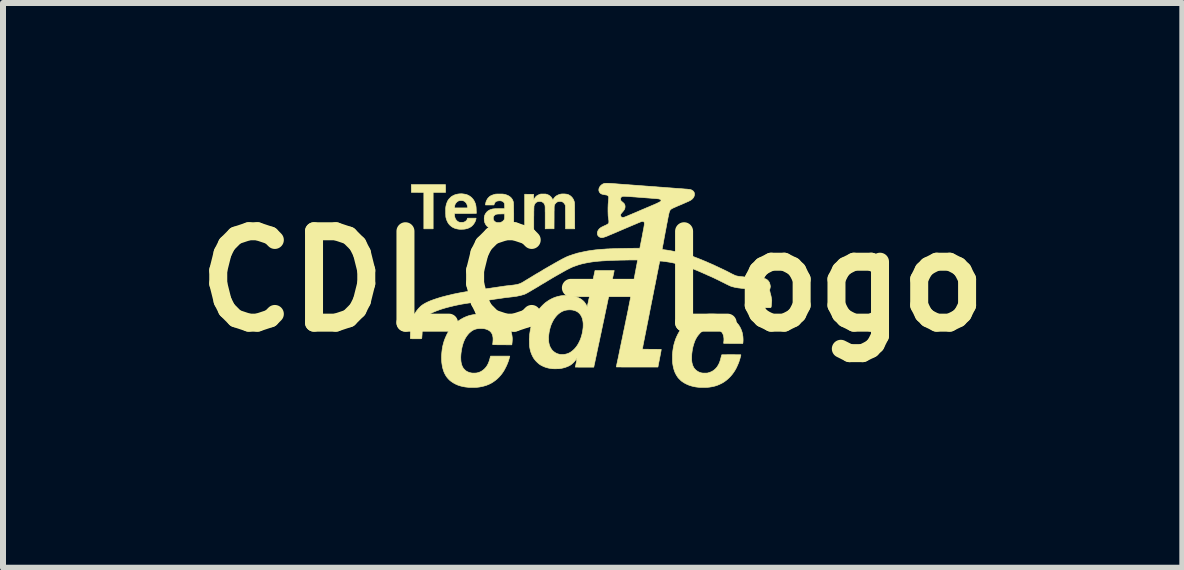
<source format=kicad_pcb>
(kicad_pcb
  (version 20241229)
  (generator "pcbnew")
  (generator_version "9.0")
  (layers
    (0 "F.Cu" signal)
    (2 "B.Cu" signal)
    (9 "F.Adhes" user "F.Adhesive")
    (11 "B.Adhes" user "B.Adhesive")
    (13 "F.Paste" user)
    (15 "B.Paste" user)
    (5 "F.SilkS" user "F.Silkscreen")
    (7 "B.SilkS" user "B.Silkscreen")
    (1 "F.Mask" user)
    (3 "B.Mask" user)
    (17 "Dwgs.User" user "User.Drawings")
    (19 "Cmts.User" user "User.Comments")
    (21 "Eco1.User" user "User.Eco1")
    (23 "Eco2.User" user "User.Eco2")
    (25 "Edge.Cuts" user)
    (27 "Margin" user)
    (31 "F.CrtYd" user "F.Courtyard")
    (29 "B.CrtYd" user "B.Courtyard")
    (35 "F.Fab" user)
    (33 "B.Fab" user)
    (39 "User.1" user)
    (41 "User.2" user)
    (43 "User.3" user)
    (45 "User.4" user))
  (footprint "CDLC-Logo"
    (layer "F.Cu")
    (at 6.829 1.639)
    (property "Reference" "CDLC-Logo" (at 0 0 180) (layer "F.SilkS") (effects (font (size 1.524 1.524) (thickness 0.3))))
    (attr through_hole)
    (fp_poly (pts (xy -2.453 -1.599) (xy -2.453 -1.594) (xy -2.453 -1.586) (xy -2.452 -1.576) (xy -2.452 -1.564) (xy -2.452 -1.551) (xy -2.452 -1.538) (xy -2.452 -1.534) (xy -2.452 -1.482) (xy -2.659 -1.482) (xy -2.659 -0.875) (xy -2.814 -0.875) (xy -2.814 -1.482) (xy -3.022 -1.483) (xy -3.022 -1.547) (xy -3.023 -1.612) (xy -2.454 -1.612) (xy -2.453 -1.599)) (stroke (width 0.01) (type solid)) (fill yes) (layer "F.SilkS"))
    (fp_poly (pts (xy -2.172 -1.458) (xy -2.142 -1.454) (xy -2.115 -1.449) (xy -2.09 -1.441) (xy -2.068 -1.431) (xy -2.047 -1.418) (xy -2.027 -1.403) (xy -2.015 -1.392) (xy -1.996 -1.371) (xy -1.98 -1.348) (xy -1.967 -1.323) (xy -1.956 -1.296) (xy -1.948 -1.268) (xy -1.944 -1.243) (xy -1.944 -1.238) (xy -1.943 -1.231) (xy -1.942 -1.221) (xy -1.942 -1.209) (xy -1.941 -1.196) (xy -1.941 -1.183) (xy -1.94 -1.169) (xy -1.94 -1.156) (xy -1.939 -1.144) (xy -1.939 -1.133) (xy -1.939 -1.132) (xy -1.941 -1.132) (xy -1.945 -1.132) (xy -1.953 -1.132) (xy -1.964 -1.132) (xy -1.977 -1.132) (xy -1.992 -1.132) (xy -2.009 -1.131) (xy -2.029 -1.131) (xy -2.049 -1.131) (xy -2.072 -1.131) (xy -2.095 -1.131) (xy -2.12 -1.131) (xy -2.303 -1.131) (xy -2.303 -1.113) (xy -2.302 -1.091) (xy -2.298 -1.07) (xy -2.292 -1.052) (xy -2.284 -1.035) (xy -2.281 -1.031) (xy -2.269 -1.015) (xy -2.255 -1.002) (xy -2.24 -0.992) (xy -2.227 -0.987) (xy -2.222 -0.985) (xy -2.218 -0.984) (xy -2.213 -0.984) (xy -2.207 -0.983) (xy -2.2 -0.983) (xy -2.189 -0.983) (xy -2.186 -0.983) (xy -2.175 -0.983) (xy -2.167 -0.983) (xy -2.161 -0.983) (xy -2.156 -0.984) (xy -2.152 -0.985) (xy -2.148 -0.986) (xy -2.144 -0.987) (xy -2.128 -0.995) (xy -2.114 -1.004) (xy -2.103 -1.015) (xy -2.094 -1.028) (xy -2.088 -1.041) (xy -2.088 -1.044) (xy -2.086 -1.052) (xy -1.943 -1.052) (xy -1.945 -1.042) (xy -1.948 -1.026) (xy -1.954 -1.008) (xy -1.962 -0.99) (xy -1.972 -0.972) (xy -1.984 -0.954) (xy -1.997 -0.938) (xy -2.011 -0.924) (xy -2.015 -0.92) (xy -2.034 -0.906) (xy -2.056 -0.894) (xy -2.08 -0.883) (xy -2.105 -0.876) (xy -2.133 -0.87) (xy -2.138 -0.87) (xy -2.146 -0.869) (xy -2.156 -0.868) (xy -2.168 -0.868) (xy -2.18 -0.867) (xy -2.193 -0.867) (xy -2.205 -0.867) (xy -2.215 -0.867) (xy -2.223 -0.868) (xy -2.226 -0.868) (xy -2.252 -0.872) (xy -2.276 -0.877) (xy -2.298 -0.884) (xy -2.319 -0.893) (xy -2.324 -0.895) (xy -2.347 -0.909) (xy -2.368 -0.925) (xy -2.387 -0.943) (xy -2.404 -0.964) (xy -2.418 -0.988) (xy -2.43 -1.014) (xy -2.44 -1.043) (xy -2.446 -1.065) (xy -2.447 -1.071) (xy -2.448 -1.079) (xy -2.448 -1.089) (xy -2.449 -1.102) (xy -2.449 -1.116) (xy -2.45 -1.131) (xy -2.45 -1.147) (xy -2.45 -1.162) (xy -2.45 -1.178) (xy -2.45 -1.193) (xy -2.45 -1.206) (xy -2.45 -1.218) (xy -2.449 -1.223) (xy -2.303 -1.223) (xy -2.084 -1.223) (xy -2.085 -1.237) (xy -2.088 -1.257) (xy -2.094 -1.277) (xy -2.102 -1.295) (xy -2.108 -1.305) (xy -2.114 -1.312) (xy -2.121 -1.319) (xy -2.129 -1.326) (xy -2.136 -1.332) (xy -2.136 -1.332) (xy -2.145 -1.337) (xy -2.154 -1.341) (xy -2.163 -1.343) (xy -2.174 -1.345) (xy -2.187 -1.346) (xy -2.204 -1.346) (xy -2.219 -1.344) (xy -2.232 -1.341) (xy -2.244 -1.336) (xy -2.255 -1.329) (xy -2.266 -1.319) (xy -2.268 -1.317) (xy -2.281 -1.302) (xy -2.291 -1.287) (xy -2.297 -1.27) (xy -2.301 -1.252) (xy -2.303 -1.24) (xy -2.303 -1.223) (xy -2.449 -1.223) (xy -2.449 -1.228) (xy -2.449 -1.233) (xy -2.445 -1.256) (xy -2.44 -1.279) (xy -2.432 -1.303) (xy -2.423 -1.325) (xy -2.413 -1.346) (xy -2.401 -1.364) (xy -2.4 -1.365) (xy -2.394 -1.373) (xy -2.385 -1.382) (xy -2.376 -1.391) (xy -2.367 -1.401) (xy -2.357 -1.409) (xy -2.349 -1.415) (xy -2.348 -1.416) (xy -2.324 -1.429) (xy -2.299 -1.441) (xy -2.272 -1.449) (xy -2.244 -1.455) (xy -2.215 -1.458) (xy -2.186 -1.459) (xy -2.172 -1.458)) (stroke (width 0.01) (type solid)) (fill yes) (layer "F.SilkS"))
    (fp_poly (pts (xy -0.469 -1.456) (xy -0.45 -1.454) (xy -0.433 -1.452) (xy -0.417 -1.448) (xy -0.403 -1.443) (xy -0.39 -1.436) (xy -0.384 -1.433) (xy -0.366 -1.42) (xy -0.35 -1.405) (xy -0.335 -1.387) (xy -0.323 -1.368) (xy -0.313 -1.346) (xy -0.306 -1.324) (xy -0.303 -1.31) (xy -0.303 -1.306) (xy -0.302 -1.3) (xy -0.302 -1.291) (xy -0.302 -1.279) (xy -0.301 -1.264) (xy -0.301 -1.246) (xy -0.301 -1.225) (xy -0.301 -1.201) (xy -0.301 -1.173) (xy -0.3 -1.143) (xy -0.3 -1.109) (xy -0.3 -1.087) (xy -0.299 -0.875) (xy -0.452 -0.875) (xy -0.453 -1.069) (xy -0.454 -1.262) (xy -0.461 -1.278) (xy -0.467 -1.289) (xy -0.474 -1.298) (xy -0.48 -1.305) (xy -0.49 -1.315) (xy -0.501 -1.322) (xy -0.513 -1.327) (xy -0.526 -1.33) (xy -0.542 -1.331) (xy -0.546 -1.331) (xy -0.564 -1.33) (xy -0.579 -1.327) (xy -0.593 -1.321) (xy -0.605 -1.313) (xy -0.613 -1.305) (xy -0.623 -1.294) (xy -0.632 -1.28) (xy -0.638 -1.266) (xy -0.64 -1.256) (xy -0.641 -1.254) (xy -0.641 -1.248) (xy -0.641 -1.241) (xy -0.642 -1.23) (xy -0.642 -1.218) (xy -0.642 -1.202) (xy -0.642 -1.183) (xy -0.643 -1.162) (xy -0.643 -1.138) (xy -0.643 -1.11) (xy -0.643 -1.079) (xy -0.643 -1.062) (xy -0.644 -0.876) (xy -0.717 -0.876) (xy -0.791 -0.875) (xy -0.791 -1.066) (xy -0.791 -1.095) (xy -0.791 -1.122) (xy -0.791 -1.145) (xy -0.792 -1.166) (xy -0.792 -1.184) (xy -0.792 -1.2) (xy -0.792 -1.213) (xy -0.792 -1.225) (xy -0.792 -1.235) (xy -0.793 -1.243) (xy -0.793 -1.25) (xy -0.794 -1.255) (xy -0.794 -1.26) (xy -0.795 -1.264) (xy -0.796 -1.267) (xy -0.797 -1.27) (xy -0.798 -1.272) (xy -0.799 -1.275) (xy -0.8 -1.278) (xy -0.801 -1.279) (xy -0.809 -1.295) (xy -0.819 -1.307) (xy -0.832 -1.317) (xy -0.847 -1.325) (xy -0.86 -1.329) (xy -0.871 -1.33) (xy -0.883 -1.331) (xy -0.896 -1.33) (xy -0.909 -1.329) (xy -0.919 -1.326) (xy -0.919 -1.326) (xy -0.935 -1.319) (xy -0.948 -1.309) (xy -0.959 -1.297) (xy -0.968 -1.282) (xy -0.975 -1.264) (xy -0.976 -1.261) (xy -0.977 -1.259) (xy -0.978 -1.255) (xy -0.978 -1.252) (xy -0.978 -1.247) (xy -0.979 -1.241) (xy -0.979 -1.234) (xy -0.979 -1.225) (xy -0.98 -1.213) (xy -0.98 -1.199) (xy -0.98 -1.183) (xy -0.981 -1.164) (xy -0.981 -1.144) (xy -0.981 -1.122) (xy -0.981 -1.098) (xy -0.982 -1.073) (xy -0.982 -1.047) (xy -0.982 -1.022) (xy -0.982 -0.998) (xy -0.982 -0.976) (xy -0.982 -0.976) (xy -0.982 -0.875) (xy -1.133 -0.875) (xy -1.133 -1.451) (xy -0.985 -1.45) (xy -0.984 -1.409) (xy -0.984 -1.397) (xy -0.984 -1.387) (xy -0.983 -1.378) (xy -0.983 -1.371) (xy -0.983 -1.367) (xy -0.982 -1.366) (xy -0.98 -1.365) (xy -0.978 -1.367) (xy -0.975 -1.371) (xy -0.971 -1.377) (xy -0.968 -1.383) (xy -0.957 -1.399) (xy -0.945 -1.413) (xy -0.931 -1.425) (xy -0.913 -1.436) (xy -0.893 -1.445) (xy -0.88 -1.45) (xy -0.864 -1.455) (xy -0.825 -1.455) (xy -0.811 -1.455) (xy -0.801 -1.455) (xy -0.792 -1.455) (xy -0.786 -1.455) (xy -0.781 -1.454) (xy -0.776 -1.453) (xy -0.774 -1.452) (xy -0.751 -1.445) (xy -0.732 -1.436) (xy -0.715 -1.425) (xy -0.7 -1.412) (xy -0.687 -1.397) (xy -0.676 -1.379) (xy -0.673 -1.372) (xy -0.669 -1.366) (xy -0.666 -1.361) (xy -0.663 -1.36) (xy -0.66 -1.362) (xy -0.657 -1.366) (xy -0.652 -1.374) (xy -0.651 -1.375) (xy -0.639 -1.392) (xy -0.625 -1.408) (xy -0.609 -1.421) (xy -0.591 -1.432) (xy -0.57 -1.442) (xy -0.555 -1.447) (xy -0.543 -1.451) (xy -0.533 -1.453) (xy -0.522 -1.455) (xy -0.51 -1.456) (xy -0.496 -1.456) (xy -0.491 -1.456) (xy -0.469 -1.456)) (stroke (width 0.01) (type solid)) (fill yes) (layer "F.SilkS"))
    (fp_poly (pts (xy -1.553 -1.455) (xy -1.551 -1.455) (xy -1.536 -1.455) (xy -1.523 -1.455) (xy -1.514 -1.455) (xy -1.506 -1.455) (xy -1.499 -1.454) (xy -1.494 -1.454) (xy -1.489 -1.453) (xy -1.484 -1.452) (xy -1.478 -1.451) (xy -1.476 -1.451) (xy -1.451 -1.445) (xy -1.429 -1.437) (xy -1.41 -1.429) (xy -1.393 -1.419) (xy -1.377 -1.408) (xy -1.362 -1.395) (xy -1.362 -1.395) (xy -1.348 -1.378) (xy -1.336 -1.359) (xy -1.327 -1.338) (xy -1.322 -1.319) (xy -1.321 -1.314) (xy -1.32 -1.306) (xy -1.32 -1.294) (xy -1.319 -1.28) (xy -1.318 -1.262) (xy -1.318 -1.242) (xy -1.318 -1.219) (xy -1.317 -1.193) (xy -1.317 -1.165) (xy -1.316 -1.135) (xy -1.316 -1.102) (xy -1.316 -1.066) (xy -1.316 -1.029) (xy -1.316 -0.993) (xy -1.316 -0.875) (xy -1.459 -0.875) (xy -1.46 -0.91) (xy -1.46 -0.924) (xy -1.461 -0.935) (xy -1.461 -0.942) (xy -1.462 -0.946) (xy -1.462 -0.947) (xy -1.464 -0.947) (xy -1.466 -0.945) (xy -1.47 -0.941) (xy -1.473 -0.936) (xy -1.486 -0.92) (xy -1.502 -0.905) (xy -1.52 -0.893) (xy -1.54 -0.883) (xy -1.561 -0.875) (xy -1.581 -0.871) (xy -1.591 -0.87) (xy -1.604 -0.869) (xy -1.618 -0.869) (xy -1.632 -0.869) (xy -1.646 -0.87) (xy -1.658 -0.871) (xy -1.662 -0.871) (xy -1.682 -0.876) (xy -1.702 -0.883) (xy -1.722 -0.892) (xy -1.74 -0.902) (xy -1.749 -0.909) (xy -1.766 -0.924) (xy -1.779 -0.941) (xy -1.79 -0.96) (xy -1.799 -0.981) (xy -1.804 -1.001) (xy -1.806 -1.012) (xy -1.807 -1.025) (xy -1.807 -1.04) (xy -1.807 -1.053) (xy -1.657 -1.053) (xy -1.656 -1.039) (xy -1.652 -1.024) (xy -1.649 -1.018) (xy -1.642 -1.007) (xy -1.632 -0.997) (xy -1.62 -0.989) (xy -1.605 -0.982) (xy -1.596 -0.979) (xy -1.589 -0.978) (xy -1.579 -0.978) (xy -1.568 -0.978) (xy -1.557 -0.978) (xy -1.546 -0.979) (xy -1.538 -0.981) (xy -1.534 -0.982) (xy -1.518 -0.989) (xy -1.504 -0.997) (xy -1.492 -1.007) (xy -1.491 -1.008) (xy -1.483 -1.017) (xy -1.477 -1.025) (xy -1.473 -1.032) (xy -1.47 -1.041) (xy -1.469 -1.052) (xy -1.468 -1.063) (xy -1.467 -1.073) (xy -1.467 -1.085) (xy -1.467 -1.097) (xy -1.467 -1.104) (xy -1.466 -1.124) (xy -1.479 -1.124) (xy -1.484 -1.124) (xy -1.491 -1.124) (xy -1.501 -1.124) (xy -1.513 -1.124) (xy -1.526 -1.123) (xy -1.539 -1.123) (xy -1.543 -1.123) (xy -1.558 -1.122) (xy -1.57 -1.122) (xy -1.579 -1.121) (xy -1.587 -1.121) (xy -1.593 -1.12) (xy -1.597 -1.12) (xy -1.601 -1.119) (xy -1.605 -1.118) (xy -1.605 -1.118) (xy -1.621 -1.111) (xy -1.633 -1.103) (xy -1.643 -1.093) (xy -1.651 -1.081) (xy -1.656 -1.068) (xy -1.657 -1.053) (xy -1.807 -1.053) (xy -1.807 -1.055) (xy -1.806 -1.069) (xy -1.804 -1.081) (xy -1.804 -1.082) (xy -1.798 -1.103) (xy -1.788 -1.123) (xy -1.776 -1.141) (xy -1.761 -1.159) (xy -1.748 -1.17) (xy -1.735 -1.179) (xy -1.72 -1.188) (xy -1.703 -1.195) (xy -1.685 -1.201) (xy -1.672 -1.205) (xy -1.664 -1.206) (xy -1.656 -1.207) (xy -1.647 -1.208) (xy -1.636 -1.209) (xy -1.623 -1.21) (xy -1.608 -1.21) (xy -1.592 -1.21) (xy -1.572 -1.211) (xy -1.549 -1.211) (xy -1.544 -1.211) (xy -1.466 -1.211) (xy -1.467 -1.231) (xy -1.467 -1.241) (xy -1.467 -1.253) (xy -1.468 -1.265) (xy -1.468 -1.273) (xy -1.469 -1.282) (xy -1.469 -1.289) (xy -1.47 -1.294) (xy -1.472 -1.299) (xy -1.474 -1.303) (xy -1.474 -1.304) (xy -1.482 -1.316) (xy -1.492 -1.326) (xy -1.505 -1.334) (xy -1.52 -1.339) (xy -1.537 -1.342) (xy -1.556 -1.342) (xy -1.559 -1.342) (xy -1.577 -1.34) (xy -1.593 -1.337) (xy -1.607 -1.332) (xy -1.618 -1.324) (xy -1.627 -1.315) (xy -1.634 -1.303) (xy -1.64 -1.288) (xy -1.641 -1.287) (xy -1.646 -1.273) (xy -1.716 -1.272) (xy -1.787 -1.272) (xy -1.786 -1.284) (xy -1.782 -1.307) (xy -1.776 -1.329) (xy -1.766 -1.351) (xy -1.755 -1.372) (xy -1.741 -1.39) (xy -1.735 -1.396) (xy -1.721 -1.41) (xy -1.706 -1.421) (xy -1.689 -1.43) (xy -1.669 -1.438) (xy -1.654 -1.443) (xy -1.644 -1.446) (xy -1.635 -1.449) (xy -1.627 -1.451) (xy -1.619 -1.453) (xy -1.611 -1.454) (xy -1.603 -1.454) (xy -1.593 -1.455) (xy -1.582 -1.455) (xy -1.569 -1.455) (xy -1.553 -1.455)) (stroke (width 0.01) (type solid)) (fill yes) (layer "F.SilkS"))
    (fp_poly (pts (xy -1.843 0.546) (xy -1.822 0.547) (xy -1.801 0.548) (xy -1.782 0.549) (xy -1.765 0.55) (xy -1.752 0.552) (xy -1.707 0.56) (xy -1.664 0.569) (xy -1.625 0.581) (xy -1.587 0.595) (xy -1.553 0.611) (xy -1.52 0.629) (xy -1.491 0.65) (xy -1.464 0.672) (xy -1.456 0.68) (xy -1.433 0.705) (xy -1.412 0.732) (xy -1.394 0.762) (xy -1.378 0.793) (xy -1.364 0.827) (xy -1.354 0.861) (xy -1.346 0.897) (xy -1.341 0.934) (xy -1.34 0.953) (xy -1.34 0.973) (xy -1.341 0.995) (xy -1.343 1.019) (xy -1.346 1.043) (xy -1.347 1.053) (xy -1.348 1.059) (xy -1.506 1.058) (xy -1.536 1.058) (xy -1.563 1.058) (xy -1.587 1.058) (xy -1.607 1.057) (xy -1.625 1.057) (xy -1.64 1.057) (xy -1.651 1.057) (xy -1.659 1.056) (xy -1.664 1.056) (xy -1.666 1.056) (xy -1.666 1.054) (xy -1.666 1.048) (xy -1.666 1.041) (xy -1.665 1.031) (xy -1.663 1.02) (xy -1.663 1.019) (xy -1.661 0.99) (xy -1.66 0.963) (xy -1.661 0.939) (xy -1.665 0.916) (xy -1.67 0.896) (xy -1.677 0.877) (xy -1.687 0.86) (xy -1.691 0.854) (xy -1.704 0.839) (xy -1.719 0.826) (xy -1.738 0.814) (xy -1.759 0.804) (xy -1.783 0.796) (xy -1.808 0.79) (xy -1.82 0.789) (xy -1.834 0.788) (xy -1.85 0.787) (xy -1.866 0.787) (xy -1.883 0.787) (xy -1.898 0.788) (xy -1.911 0.789) (xy -1.918 0.79) (xy -1.944 0.795) (xy -1.969 0.803) (xy -1.991 0.813) (xy -2.013 0.826) (xy -2.034 0.842) (xy -2.036 0.844) (xy -2.061 0.866) (xy -2.083 0.891) (xy -2.103 0.918) (xy -2.122 0.948) (xy -2.138 0.98) (xy -2.153 1.015) (xy -2.165 1.053) (xy -2.176 1.093) (xy -2.185 1.136) (xy -2.192 1.182) (xy -2.193 1.187) (xy -2.197 1.227) (xy -2.199 1.264) (xy -2.198 1.299) (xy -2.196 1.331) (xy -2.191 1.361) (xy -2.184 1.389) (xy -2.175 1.414) (xy -2.163 1.437) (xy -2.157 1.447) (xy -2.151 1.454) (xy -2.143 1.463) (xy -2.135 1.472) (xy -2.125 1.481) (xy -2.117 1.489) (xy -2.109 1.495) (xy -2.108 1.495) (xy -2.087 1.507) (xy -2.064 1.517) (xy -2.04 1.524) (xy -2.014 1.529) (xy -2.013 1.529) (xy -2.002 1.53) (xy -1.989 1.53) (xy -1.975 1.53) (xy -1.961 1.53) (xy -1.948 1.529) (xy -1.936 1.528) (xy -1.928 1.527) (xy -1.9 1.519) (xy -1.875 1.51) (xy -1.851 1.497) (xy -1.828 1.481) (xy -1.806 1.463) (xy -1.801 1.457) (xy -1.784 1.439) (xy -1.769 1.42) (xy -1.756 1.399) (xy -1.744 1.377) (xy -1.733 1.351) (xy -1.723 1.324) (xy -1.714 1.293) (xy -1.71 1.277) (xy -1.702 1.247) (xy -1.542 1.247) (xy -1.519 1.247) (xy -1.497 1.247) (xy -1.476 1.247) (xy -1.457 1.247) (xy -1.439 1.247) (xy -1.424 1.247) (xy -1.41 1.247) (xy -1.399 1.247) (xy -1.39 1.247) (xy -1.385 1.247) (xy -1.382 1.247) (xy -1.382 1.248) (xy -1.382 1.25) (xy -1.383 1.255) (xy -1.385 1.263) (xy -1.388 1.271) (xy -1.39 1.281) (xy -1.393 1.291) (xy -1.396 1.301) (xy -1.398 1.309) (xy -1.401 1.317) (xy -1.401 1.319) (xy -1.412 1.349) (xy -1.424 1.379) (xy -1.437 1.409) (xy -1.452 1.439) (xy -1.467 1.468) (xy -1.483 1.496) (xy -1.499 1.52) (xy -1.505 1.529) (xy -1.533 1.565) (xy -1.562 1.598) (xy -1.593 1.628) (xy -1.625 1.654) (xy -1.659 1.678) (xy -1.695 1.7) (xy -1.732 1.718) (xy -1.772 1.734) (xy -1.787 1.739) (xy -1.82 1.748) (xy -1.855 1.756) (xy -1.892 1.763) (xy -1.912 1.765) (xy -1.919 1.766) (xy -1.928 1.767) (xy -1.94 1.767) (xy -1.953 1.768) (xy -1.968 1.768) (xy -1.983 1.769) (xy -1.998 1.769) (xy -2.012 1.769) (xy -2.025 1.769) (xy -2.037 1.769) (xy -2.047 1.769) (xy -2.054 1.769) (xy -2.055 1.769) (xy -2.059 1.768) (xy -2.066 1.768) (xy -2.074 1.767) (xy -2.083 1.766) (xy -2.127 1.761) (xy -2.169 1.753) (xy -2.209 1.743) (xy -2.248 1.73) (xy -2.284 1.714) (xy -2.318 1.696) (xy -2.35 1.675) (xy -2.373 1.658) (xy -2.39 1.643) (xy -2.407 1.625) (xy -2.423 1.607) (xy -2.438 1.587) (xy -2.447 1.573) (xy -2.464 1.543) (xy -2.479 1.51) (xy -2.491 1.474) (xy -2.502 1.437) (xy -2.509 1.397) (xy -2.515 1.356) (xy -2.518 1.312) (xy -2.519 1.267) (xy -2.518 1.235) (xy -2.514 1.182) (xy -2.508 1.132) (xy -2.5 1.084) (xy -2.488 1.037) (xy -2.475 0.992) (xy -2.458 0.948) (xy -2.439 0.905) (xy -2.438 0.902) (xy -2.416 0.859) (xy -2.391 0.82) (xy -2.364 0.782) (xy -2.335 0.747) (xy -2.304 0.715) (xy -2.271 0.685) (xy -2.235 0.658) (xy -2.198 0.634) (xy -2.158 0.612) (xy -2.158 0.611) (xy -2.131 0.599) (xy -2.106 0.588) (xy -2.081 0.579) (xy -2.055 0.57) (xy -2.028 0.564) (xy -1.999 0.558) (xy -1.969 0.553) (xy -1.936 0.548) (xy -1.932 0.548) (xy -1.918 0.547) (xy -1.902 0.546) (xy -1.883 0.546) (xy -1.863 0.546) (xy -1.843 0.546)) (stroke (width 0.01) (type solid)) (fill yes) (layer "F.SilkS"))
    (fp_poly (pts (xy 2.016 0.546) (xy 2.034 0.547) (xy 2.078 0.55) (xy 2.12 0.556) (xy 2.161 0.564) (xy 2.201 0.574) (xy 2.239 0.587) (xy 2.274 0.601) (xy 2.308 0.618) (xy 2.339 0.637) (xy 2.366 0.657) (xy 2.391 0.679) (xy 2.414 0.704) (xy 2.435 0.73) (xy 2.453 0.759) (xy 2.469 0.79) (xy 2.482 0.822) (xy 2.493 0.856) (xy 2.5 0.891) (xy 2.505 0.926) (xy 2.507 0.963) (xy 2.507 0.982) (xy 2.507 0.993) (xy 2.506 1.004) (xy 2.506 1.014) (xy 2.505 1.021) (xy 2.504 1.026) (xy 2.502 1.037) (xy 2.343 1.036) (xy 2.32 1.036) (xy 2.298 1.036) (xy 2.278 1.036) (xy 2.258 1.035) (xy 2.241 1.035) (xy 2.225 1.035) (xy 2.212 1.035) (xy 2.2 1.035) (xy 2.192 1.035) (xy 2.186 1.034) (xy 2.184 1.034) (xy 2.184 1.034) (xy 2.183 1.032) (xy 2.184 1.028) (xy 2.184 1.021) (xy 2.185 1.013) (xy 2.185 1.013) (xy 2.188 0.983) (xy 2.188 0.955) (xy 2.185 0.929) (xy 2.18 0.905) (xy 2.173 0.883) (xy 2.163 0.864) (xy 2.151 0.846) (xy 2.136 0.832) (xy 2.119 0.819) (xy 2.112 0.815) (xy 2.091 0.805) (xy 2.07 0.798) (xy 2.046 0.792) (xy 2.021 0.789) (xy 1.994 0.787) (xy 1.98 0.787) (xy 1.95 0.788) (xy 1.923 0.791) (xy 1.898 0.796) (xy 1.875 0.804) (xy 1.853 0.814) (xy 1.832 0.827) (xy 1.812 0.843) (xy 1.791 0.862) (xy 1.79 0.863) (xy 1.769 0.887) (xy 1.749 0.911) (xy 1.732 0.938) (xy 1.716 0.966) (xy 1.702 0.997) (xy 1.69 1.031) (xy 1.679 1.067) (xy 1.672 1.091) (xy 1.663 1.132) (xy 1.657 1.172) (xy 1.652 1.212) (xy 1.65 1.254) (xy 1.65 1.262) (xy 1.65 1.287) (xy 1.65 1.31) (xy 1.652 1.331) (xy 1.654 1.35) (xy 1.658 1.368) (xy 1.663 1.385) (xy 1.664 1.389) (xy 1.667 1.399) (xy 1.672 1.411) (xy 1.677 1.422) (xy 1.683 1.433) (xy 1.688 1.442) (xy 1.691 1.447) (xy 1.708 1.467) (xy 1.726 1.484) (xy 1.747 1.499) (xy 1.77 1.512) (xy 1.794 1.521) (xy 1.816 1.527) (xy 1.821 1.528) (xy 1.827 1.529) (xy 1.834 1.529) (xy 1.843 1.53) (xy 1.854 1.53) (xy 1.868 1.53) (xy 1.869 1.53) (xy 1.882 1.53) (xy 1.892 1.53) (xy 1.9 1.53) (xy 1.907 1.529) (xy 1.912 1.529) (xy 1.917 1.528) (xy 1.922 1.527) (xy 1.928 1.525) (xy 1.956 1.516) (xy 1.983 1.505) (xy 2.008 1.49) (xy 2.031 1.473) (xy 2.053 1.452) (xy 2.072 1.43) (xy 2.089 1.404) (xy 2.104 1.376) (xy 2.105 1.375) (xy 2.112 1.359) (xy 2.118 1.343) (xy 2.124 1.326) (xy 2.13 1.308) (xy 2.135 1.287) (xy 2.141 1.264) (xy 2.144 1.252) (xy 2.146 1.244) (xy 2.148 1.236) (xy 2.15 1.23) (xy 2.151 1.226) (xy 2.152 1.226) (xy 2.152 1.226) (xy 2.154 1.225) (xy 2.156 1.225) (xy 2.16 1.225) (xy 2.164 1.224) (xy 2.171 1.224) (xy 2.179 1.224) (xy 2.189 1.224) (xy 2.201 1.224) (xy 2.215 1.224) (xy 2.232 1.224) (xy 2.251 1.223) (xy 2.274 1.223) (xy 2.299 1.223) (xy 2.311 1.223) (xy 2.334 1.223) (xy 2.356 1.223) (xy 2.377 1.224) (xy 2.396 1.224) (xy 2.413 1.224) (xy 2.429 1.224) (xy 2.442 1.224) (xy 2.453 1.224) (xy 2.462 1.224) (xy 2.467 1.225) (xy 2.47 1.225) (xy 2.47 1.225) (xy 2.47 1.227) (xy 2.47 1.232) (xy 2.468 1.24) (xy 2.466 1.249) (xy 2.463 1.261) (xy 2.459 1.273) (xy 2.456 1.287) (xy 2.452 1.3) (xy 2.447 1.314) (xy 2.443 1.328) (xy 2.439 1.34) (xy 2.435 1.352) (xy 2.431 1.362) (xy 2.43 1.364) (xy 2.412 1.406) (xy 2.394 1.445) (xy 2.374 1.481) (xy 2.353 1.514) (xy 2.33 1.546) (xy 2.305 1.576) (xy 2.279 1.604) (xy 2.276 1.607) (xy 2.248 1.633) (xy 2.22 1.656) (xy 2.19 1.677) (xy 2.159 1.696) (xy 2.143 1.704) (xy 2.112 1.719) (xy 2.081 1.732) (xy 2.049 1.743) (xy 2.015 1.752) (xy 1.979 1.759) (xy 1.941 1.765) (xy 1.936 1.765) (xy 1.93 1.766) (xy 1.92 1.767) (xy 1.908 1.767) (xy 1.895 1.768) (xy 1.88 1.768) (xy 1.865 1.769) (xy 1.85 1.769) (xy 1.835 1.769) (xy 1.821 1.769) (xy 1.81 1.769) (xy 1.8 1.769) (xy 1.793 1.769) (xy 1.793 1.769) (xy 1.771 1.767) (xy 1.751 1.765) (xy 1.734 1.763) (xy 1.718 1.761) (xy 1.704 1.758) (xy 1.691 1.756) (xy 1.682 1.754) (xy 1.643 1.744) (xy 1.606 1.732) (xy 1.569 1.716) (xy 1.535 1.699) (xy 1.503 1.679) (xy 1.487 1.668) (xy 1.477 1.66) (xy 1.466 1.65) (xy 1.455 1.639) (xy 1.444 1.628) (xy 1.433 1.617) (xy 1.424 1.607) (xy 1.42 1.601) (xy 1.401 1.573) (xy 1.384 1.543) (xy 1.369 1.511) (xy 1.357 1.477) (xy 1.347 1.441) (xy 1.339 1.402) (xy 1.333 1.363) (xy 1.332 1.352) (xy 1.331 1.338) (xy 1.331 1.322) (xy 1.33 1.305) (xy 1.33 1.287) (xy 1.33 1.269) (xy 1.33 1.251) (xy 1.33 1.235) (xy 1.33 1.221) (xy 1.331 1.212) (xy 1.336 1.159) (xy 1.344 1.107) (xy 1.354 1.057) (xy 1.368 1.009) (xy 1.383 0.963) (xy 1.402 0.919) (xy 1.423 0.876) (xy 1.446 0.836) (xy 1.472 0.798) (xy 1.5 0.762) (xy 1.53 0.728) (xy 1.563 0.697) (xy 1.599 0.668) (xy 1.601 0.666) (xy 1.635 0.643) (xy 1.67 0.622) (xy 1.707 0.603) (xy 1.744 0.587) (xy 1.782 0.574) (xy 1.82 0.563) (xy 1.825 0.562) (xy 1.849 0.557) (xy 1.872 0.553) (xy 1.894 0.55) (xy 1.916 0.548) (xy 1.939 0.546) (xy 1.963 0.546) (xy 1.988 0.546) (xy 2.016 0.546)) (stroke (width 0.01) (type solid)) (fill yes) (layer "F.SilkS"))
    (fp_poly (pts (xy 0.358 -0.176) (xy 0.358 -0.174) (xy 0.357 -0.169) (xy 0.355 -0.16) (xy 0.353 -0.149) (xy 0.35 -0.134) (xy 0.346 -0.117) (xy 0.342 -0.097) (xy 0.337 -0.075) (xy 0.332 -0.05) (xy 0.326 -0.022) (xy 0.319 0.008) (xy 0.313 0.041) (xy 0.305 0.075) (xy 0.297 0.112) (xy 0.289 0.151) (xy 0.281 0.192) (xy 0.272 0.235) (xy 0.262 0.279) (xy 0.252 0.325) (xy 0.242 0.373) (xy 0.232 0.422) (xy 0.221 0.473) (xy 0.21 0.525) (xy 0.199 0.578) (xy 0.188 0.632) (xy 0.176 0.687) (xy 0.164 0.744) (xy 0.152 0.801) (xy 0.14 0.859) (xy 0.127 0.918) (xy 0.115 0.977) (xy 0.102 1.037) (xy 0.089 1.097) (xy 0.088 1.103) (xy 0.081 1.136) (xy 0.074 1.167) (xy 0.068 1.198) (xy 0.062 1.227) (xy 0.056 1.255) (xy 0.05 1.281) (xy 0.045 1.306) (xy 0.04 1.329) (xy 0.036 1.35) (xy 0.032 1.369) (xy 0.028 1.385) (xy 0.025 1.399) (xy 0.023 1.41) (xy 0.021 1.419) (xy 0.02 1.425) (xy 0.019 1.427) (xy 0.019 1.427) (xy 0.019 1.431) (xy -0.135 1.431) (xy -0.158 1.431) (xy -0.18 1.431) (xy -0.2 1.431) (xy -0.219 1.431) (xy -0.236 1.431) (xy -0.251 1.43) (xy -0.264 1.43) (xy -0.275 1.43) (xy -0.283 1.43) (xy -0.288 1.43) (xy -0.29 1.43) (xy -0.29 1.429) (xy -0.289 1.427) (xy -0.288 1.423) (xy -0.287 1.416) (xy -0.285 1.408) (xy -0.284 1.403) (xy -0.281 1.392) (xy -0.279 1.38) (xy -0.276 1.367) (xy -0.273 1.353) (xy -0.27 1.34) (xy -0.268 1.327) (xy -0.266 1.315) (xy -0.264 1.305) (xy -0.262 1.297) (xy -0.261 1.292) (xy -0.261 1.288) (xy -0.261 1.285) (xy -0.262 1.285) (xy -0.264 1.287) (xy -0.268 1.291) (xy -0.273 1.298) (xy -0.275 1.3) (xy -0.291 1.321) (xy -0.308 1.342) (xy -0.326 1.36) (xy -0.345 1.377) (xy -0.363 1.391) (xy -0.372 1.397) (xy -0.391 1.408) (xy -0.413 1.418) (xy -0.438 1.428) (xy -0.463 1.437) (xy -0.49 1.444) (xy -0.516 1.45) (xy -0.541 1.454) (xy -0.556 1.456) (xy -0.562 1.457) (xy -0.571 1.457) (xy -0.582 1.457) (xy -0.594 1.457) (xy -0.608 1.458) (xy -0.621 1.458) (xy -0.634 1.458) (xy -0.646 1.458) (xy -0.657 1.457) (xy -0.665 1.457) (xy -0.671 1.457) (xy -0.706 1.452) (xy -0.74 1.446) (xy -0.773 1.437) (xy -0.805 1.426) (xy -0.834 1.413) (xy -0.862 1.399) (xy -0.877 1.389) (xy -0.892 1.379) (xy -0.907 1.366) (xy -0.923 1.352) (xy -0.939 1.336) (xy -0.954 1.32) (xy -0.961 1.311) (xy -0.977 1.291) (xy -0.992 1.267) (xy -1.005 1.242) (xy -1.018 1.214) (xy -1.029 1.185) (xy -1.038 1.156) (xy -1.042 1.138) (xy -1.045 1.125) (xy -1.047 1.113) (xy -1.049 1.102) (xy -1.051 1.092) (xy -1.052 1.081) (xy -1.053 1.07) (xy -1.053 1.057) (xy -1.054 1.042) (xy -1.054 1.025) (xy -1.054 1.013) (xy -1.055 0.983) (xy -1.054 0.962) (xy -0.736 0.962) (xy -0.734 0.995) (xy -0.73 1.026) (xy -0.723 1.056) (xy -0.713 1.084) (xy -0.701 1.109) (xy -0.686 1.132) (xy -0.674 1.148) (xy -0.667 1.156) (xy -0.657 1.164) (xy -0.647 1.173) (xy -0.636 1.181) (xy -0.626 1.188) (xy -0.624 1.189) (xy -0.606 1.199) (xy -0.585 1.208) (xy -0.563 1.214) (xy -0.54 1.219) (xy -0.536 1.219) (xy -0.524 1.22) (xy -0.51 1.22) (xy -0.495 1.22) (xy -0.48 1.219) (xy -0.466 1.217) (xy -0.458 1.216) (xy -0.433 1.21) (xy -0.409 1.202) (xy -0.387 1.192) (xy -0.365 1.179) (xy -0.344 1.164) (xy -0.325 1.148) (xy -0.305 1.129) (xy -0.288 1.11) (xy -0.272 1.09) (xy -0.257 1.069) (xy -0.242 1.045) (xy -0.235 1.032) (xy -0.22 1.002) (xy -0.206 0.971) (xy -0.194 0.938) (xy -0.184 0.905) (xy -0.175 0.871) (xy -0.168 0.836) (xy -0.163 0.802) (xy -0.159 0.769) (xy -0.158 0.736) (xy -0.158 0.705) (xy -0.161 0.675) (xy -0.166 0.647) (xy -0.168 0.638) (xy -0.176 0.61) (xy -0.187 0.585) (xy -0.2 0.563) (xy -0.215 0.543) (xy -0.233 0.525) (xy -0.252 0.51) (xy -0.274 0.498) (xy -0.297 0.488) (xy -0.314 0.484) (xy -0.327 0.481) (xy -0.339 0.478) (xy -0.352 0.477) (xy -0.365 0.476) (xy -0.381 0.475) (xy -0.386 0.475) (xy -0.416 0.477) (xy -0.445 0.481) (xy -0.473 0.488) (xy -0.499 0.498) (xy -0.524 0.511) (xy -0.549 0.527) (xy -0.573 0.546) (xy -0.597 0.569) (xy -0.597 0.569) (xy -0.62 0.596) (xy -0.641 0.625) (xy -0.66 0.656) (xy -0.677 0.69) (xy -0.693 0.726) (xy -0.706 0.764) (xy -0.716 0.803) (xy -0.725 0.844) (xy -0.731 0.887) (xy -0.735 0.927) (xy -0.736 0.962) (xy -1.054 0.962) (xy -1.054 0.956) (xy -1.053 0.932) (xy -1.052 0.908) (xy -1.05 0.885) (xy -1.047 0.862) (xy -1.043 0.838) (xy -1.039 0.812) (xy -1.039 0.812) (xy -1.028 0.759) (xy -1.014 0.708) (xy -0.998 0.66) (xy -0.98 0.614) (xy -0.959 0.57) (xy -0.936 0.528) (xy -0.911 0.489) (xy -0.883 0.452) (xy -0.853 0.418) (xy -0.821 0.386) (xy -0.787 0.356) (xy -0.75 0.33) (xy -0.731 0.317) (xy -0.695 0.297) (xy -0.658 0.279) (xy -0.619 0.264) (xy -0.578 0.252) (xy -0.537 0.243) (xy -0.494 0.237) (xy -0.451 0.234) (xy -0.41 0.234) (xy -0.388 0.235) (xy -0.368 0.237) (xy -0.349 0.24) (xy -0.33 0.243) (xy -0.31 0.248) (xy -0.298 0.252) (xy -0.265 0.262) (xy -0.235 0.275) (xy -0.207 0.289) (xy -0.182 0.306) (xy -0.16 0.324) (xy -0.14 0.344) (xy -0.123 0.367) (xy -0.108 0.391) (xy -0.106 0.396) (xy -0.101 0.405) (xy -0.097 0.412) (xy -0.094 0.417) (xy -0.092 0.421) (xy -0.09 0.421) (xy -0.09 0.421) (xy -0.09 0.42) (xy -0.089 0.418) (xy -0.089 0.416) (xy -0.088 0.412) (xy -0.087 0.407) (xy -0.086 0.401) (xy -0.084 0.394) (xy -0.082 0.385) (xy -0.08 0.375) (xy -0.077 0.363) (xy -0.074 0.349) (xy -0.071 0.332) (xy -0.067 0.314) (xy -0.062 0.293) (xy -0.057 0.27) (xy -0.052 0.244) (xy -0.046 0.216) (xy -0.039 0.185) (xy -0.032 0.15) (xy -0.024 0.113) (xy -0.019 0.094) (xy -0.013 0.065) (xy -0.007 0.036) (xy -0.001 0.008) (xy 0.004 -0.018) (xy 0.01 -0.043) (xy 0.015 -0.066) (xy 0.019 -0.088) (xy 0.024 -0.107) (xy 0.027 -0.125) (xy 0.031 -0.14) (xy 0.033 -0.153) (xy 0.036 -0.163) (xy 0.037 -0.17) (xy 0.038 -0.174) (xy 0.038 -0.176) (xy 0.039 -0.179) (xy 0.199 -0.179) (xy 0.359 -0.179) (xy 0.358 -0.176)) (stroke (width 0.01) (type solid)) (fill yes) (layer "F.SilkS"))
    (fp_poly (pts (xy 0.261 -1.634) (xy 0.275 -1.633) (xy 0.289 -1.633) (xy 0.291 -1.632) (xy 0.296 -1.632) (xy 0.303 -1.632) (xy 0.314 -1.631) (xy 0.327 -1.63) (xy 0.343 -1.629) (xy 0.361 -1.627) (xy 0.381 -1.626) (xy 0.403 -1.624) (xy 0.427 -1.622) (xy 0.452 -1.62) (xy 0.479 -1.618) (xy 0.507 -1.616) (xy 0.535 -1.614) (xy 0.564 -1.612) (xy 0.595 -1.61) (xy 0.627 -1.607) (xy 0.66 -1.605) (xy 0.692 -1.602) (xy 0.724 -1.6) (xy 0.756 -1.598) (xy 0.787 -1.595) (xy 0.816 -1.593) (xy 0.844 -1.591) (xy 0.87 -1.589) (xy 0.893 -1.587) (xy 0.914 -1.586) (xy 0.932 -1.584) (xy 0.937 -1.584) (xy 0.958 -1.583) (xy 0.978 -1.581) (xy 0.998 -1.58) (xy 1.016 -1.578) (xy 1.033 -1.577) (xy 1.049 -1.576) (xy 1.062 -1.575) (xy 1.072 -1.574) (xy 1.08 -1.573) (xy 1.084 -1.573) (xy 1.089 -1.573) (xy 1.097 -1.572) (xy 1.108 -1.571) (xy 1.121 -1.57) (xy 1.137 -1.569) (xy 1.155 -1.568) (xy 1.174 -1.566) (xy 1.195 -1.565) (xy 1.217 -1.563) (xy 1.24 -1.561) (xy 1.264 -1.559) (xy 1.272 -1.559) (xy 1.297 -1.557) (xy 1.322 -1.555) (xy 1.347 -1.553) (xy 1.371 -1.551) (xy 1.394 -1.549) (xy 1.417 -1.548) (xy 1.437 -1.546) (xy 1.456 -1.545) (xy 1.472 -1.544) (xy 1.486 -1.543) (xy 1.497 -1.542) (xy 1.497 -1.542) (xy 1.521 -1.54) (xy 1.543 -1.538) (xy 1.561 -1.537) (xy 1.577 -1.536) (xy 1.59 -1.534) (xy 1.602 -1.533) (xy 1.612 -1.532) (xy 1.62 -1.531) (xy 1.627 -1.529) (xy 1.633 -1.528) (xy 1.638 -1.526) (xy 1.643 -1.524) (xy 1.648 -1.523) (xy 1.652 -1.52) (xy 1.664 -1.513) (xy 1.675 -1.505) (xy 1.684 -1.495) (xy 1.69 -1.484) (xy 1.691 -1.483) (xy 1.696 -1.468) (xy 1.698 -1.452) (xy 1.696 -1.436) (xy 1.692 -1.42) (xy 1.685 -1.404) (xy 1.675 -1.389) (xy 1.664 -1.376) (xy 1.659 -1.371) (xy 1.654 -1.367) (xy 1.649 -1.363) (xy 1.644 -1.359) (xy 1.638 -1.355) (xy 1.631 -1.35) (xy 1.623 -1.346) (xy 1.613 -1.341) (xy 1.602 -1.335) (xy 1.589 -1.329) (xy 1.574 -1.323) (xy 1.556 -1.315) (xy 1.536 -1.306) (xy 1.513 -1.296) (xy 1.506 -1.293) (xy 1.479 -1.281) (xy 1.455 -1.271) (xy 1.433 -1.262) (xy 1.414 -1.254) (xy 1.397 -1.246) (xy 1.383 -1.24) (xy 1.371 -1.235) (xy 1.36 -1.23) (xy 1.351 -1.226) (xy 1.343 -1.222) (xy 1.337 -1.219) (xy 1.332 -1.217) (xy 1.327 -1.215) (xy 1.324 -1.213) (xy 1.321 -1.211) (xy 1.318 -1.209) (xy 1.315 -1.208) (xy 1.312 -1.206) (xy 1.312 -1.205) (xy 1.305 -1.2) (xy 1.298 -1.194) (xy 1.292 -1.187) (xy 1.287 -1.178) (xy 1.283 -1.169) (xy 1.278 -1.157) (xy 1.274 -1.142) (xy 1.27 -1.126) (xy 1.266 -1.107) (xy 1.264 -1.099) (xy 1.262 -1.089) (xy 1.26 -1.076) (xy 1.256 -1.06) (xy 1.253 -1.041) (xy 1.249 -1.021) (xy 1.245 -0.999) (xy 1.24 -0.975) (xy 1.235 -0.95) (xy 1.23 -0.923) (xy 1.225 -0.896) (xy 1.22 -0.869) (xy 1.215 -0.841) (xy 1.209 -0.813) (xy 1.204 -0.785) (xy 1.199 -0.758) (xy 1.194 -0.731) (xy 1.189 -0.705) (xy 1.189 -0.702) (xy 1.185 -0.682) (xy 1.181 -0.662) (xy 1.178 -0.644) (xy 1.175 -0.626) (xy 1.172 -0.611) (xy 1.169 -0.597) (xy 1.167 -0.585) (xy 1.165 -0.575) (xy 1.164 -0.569) (xy 1.164 -0.566) (xy 1.162 -0.558) (xy 1.161 -0.55) (xy 1.159 -0.542) (xy 1.159 -0.54) (xy 1.158 -0.53) (xy 1.171 -0.528) (xy 1.177 -0.528) (xy 1.185 -0.527) (xy 1.196 -0.525) (xy 1.207 -0.524) (xy 1.219 -0.522) (xy 1.222 -0.522) (xy 1.248 -0.518) (xy 1.277 -0.513) (xy 1.308 -0.508) (xy 1.34 -0.502) (xy 1.373 -0.495) (xy 1.406 -0.488) (xy 1.44 -0.48) (xy 1.473 -0.473) (xy 1.504 -0.465) (xy 1.535 -0.457) (xy 1.563 -0.449) (xy 1.588 -0.441) (xy 1.6 -0.438) (xy 1.612 -0.434) (xy 1.624 -0.43) (xy 1.636 -0.426) (xy 1.646 -0.423) (xy 1.654 -0.421) (xy 1.664 -0.417) (xy 1.675 -0.413) (xy 1.686 -0.409) (xy 1.692 -0.407) (xy 1.7 -0.403) (xy 1.71 -0.399) (xy 1.721 -0.395) (xy 1.732 -0.391) (xy 1.735 -0.39) (xy 1.743 -0.387) (xy 1.754 -0.383) (xy 1.767 -0.378) (xy 1.783 -0.371) (xy 1.8 -0.364) (xy 1.819 -0.357) (xy 1.839 -0.348) (xy 1.859 -0.34) (xy 1.881 -0.331) (xy 1.902 -0.322) (xy 1.923 -0.312) (xy 1.943 -0.304) (xy 1.963 -0.295) (xy 1.982 -0.287) (xy 1.999 -0.279) (xy 2.014 -0.273) (xy 2.027 -0.267) (xy 2.032 -0.264) (xy 2.042 -0.26) (xy 2.053 -0.254) (xy 2.066 -0.248) (xy 2.08 -0.242) (xy 2.092 -0.236) (xy 2.092 -0.236) (xy 2.113 -0.226) (xy 2.135 -0.216) (xy 2.158 -0.205) (xy 2.179 -0.195) (xy 2.2 -0.185) (xy 2.22 -0.175) (xy 2.237 -0.167) (xy 2.252 -0.159) (xy 2.258 -0.156) (xy 2.281 -0.144) (xy 2.3 -0.134) (xy 2.317 -0.125) (xy 2.332 -0.118) (xy 2.345 -0.112) (xy 2.356 -0.106) (xy 2.366 -0.102) (xy 2.374 -0.098) (xy 2.381 -0.095) (xy 2.387 -0.093) (xy 2.393 -0.091) (xy 2.398 -0.09) (xy 2.399 -0.09) (xy 2.409 -0.088) (xy 2.421 -0.085) (xy 2.436 -0.083) (xy 2.452 -0.081) (xy 2.47 -0.079) (xy 2.488 -0.077) (xy 2.506 -0.075) (xy 2.524 -0.073) (xy 2.54 -0.072) (xy 2.544 -0.072) (xy 2.572 -0.07) (xy 2.598 -0.069) (xy 2.62 -0.067) (xy 2.637 -0.065) (xy 2.646 -0.064) (xy 2.658 -0.063) (xy 2.672 -0.062) (xy 2.687 -0.061) (xy 2.704 -0.06) (xy 2.721 -0.059) (xy 2.738 -0.057) (xy 2.754 -0.057) (xy 2.768 -0.056) (xy 2.78 -0.055) (xy 2.804 -0.054) (xy 2.825 -0.052) (xy 2.844 -0.049) (xy 2.861 -0.046) (xy 2.875 -0.043) (xy 2.886 -0.039) (xy 2.888 -0.038) (xy 2.9 -0.031) (xy 2.913 -0.022) (xy 2.925 -0.01) (xy 2.935 0.002) (xy 2.943 0.015) (xy 2.944 0.017) (xy 2.947 0.023) (xy 2.95 0.032) (xy 2.953 0.042) (xy 2.956 0.052) (xy 2.958 0.063) (xy 2.96 0.073) (xy 2.962 0.08) (xy 2.962 0.085) (xy 2.962 0.089) (xy 2.961 0.096) (xy 2.959 0.104) (xy 2.957 0.114) (xy 2.956 0.12) (xy 2.949 0.147) (xy 2.955 0.174) (xy 2.957 0.185) (xy 2.96 0.197) (xy 2.963 0.208) (xy 2.966 0.217) (xy 2.966 0.219) (xy 2.969 0.228) (xy 2.971 0.237) (xy 2.973 0.248) (xy 2.976 0.259) (xy 2.978 0.273) (xy 2.981 0.289) (xy 2.982 0.296) (xy 2.985 0.318) (xy 2.982 0.362) (xy 2.98 0.379) (xy 2.979 0.393) (xy 2.978 0.405) (xy 2.977 0.414) (xy 2.976 0.421) (xy 2.975 0.427) (xy 2.973 0.431) (xy 2.972 0.434) (xy 2.97 0.437) (xy 2.968 0.438) (xy 2.966 0.439) (xy 2.963 0.439) (xy 2.959 0.44) (xy 2.952 0.44) (xy 2.942 0.44) (xy 2.931 0.44) (xy 2.916 0.44) (xy 2.899 0.44) (xy 2.879 0.44) (xy 2.876 0.44) (xy 2.856 0.44) (xy 2.839 0.44) (xy 2.825 0.44) (xy 2.814 0.439) (xy 2.805 0.439) (xy 2.798 0.439) (xy 2.793 0.439) (xy 2.789 0.438) (xy 2.786 0.438) (xy 2.784 0.437) (xy 2.783 0.437) (xy 2.782 0.436) (xy 2.78 0.434) (xy 2.779 0.43) (xy 2.779 0.425) (xy 2.78 0.418) (xy 2.781 0.409) (xy 2.782 0.404) (xy 2.783 0.396) (xy 2.785 0.386) (xy 2.786 0.375) (xy 2.788 0.363) (xy 2.788 0.359) (xy 2.789 0.349) (xy 2.79 0.34) (xy 2.791 0.332) (xy 2.791 0.326) (xy 2.791 0.324) (xy 2.791 0.32) (xy 2.79 0.313) (xy 2.788 0.302) (xy 2.785 0.289) (xy 2.782 0.277) (xy 2.778 0.26) (xy 2.774 0.243) (xy 2.77 0.226) (xy 2.767 0.21) (xy 2.764 0.194) (xy 2.761 0.18) (xy 2.759 0.168) (xy 2.757 0.157) (xy 2.756 0.149) (xy 2.756 0.143) (xy 2.756 0.14) (xy 2.756 0.14) (xy 2.755 0.139) (xy 2.753 0.138) (xy 2.749 0.138) (xy 2.742 0.137) (xy 2.734 0.136) (xy 2.722 0.135) (xy 2.711 0.135) (xy 2.697 0.134) (xy 2.682 0.132) (xy 2.667 0.131) (xy 2.652 0.13) (xy 2.64 0.129) (xy 2.639 0.129) (xy 2.628 0.128) (xy 2.614 0.126) (xy 2.599 0.125) (xy 2.584 0.124) (xy 2.569 0.123) (xy 2.563 0.123) (xy 2.548 0.122) (xy 2.535 0.121) (xy 2.525 0.12) (xy 2.516 0.12) (xy 2.508 0.119) (xy 2.501 0.118) (xy 2.493 0.118) (xy 2.485 0.117) (xy 2.479 0.116) (xy 2.468 0.115) (xy 2.456 0.113) (xy 2.445 0.112) (xy 2.44 0.112) (xy 2.428 0.11) (xy 2.414 0.108) (xy 2.397 0.105) (xy 2.38 0.102) (xy 2.361 0.098) (xy 2.343 0.093) (xy 2.336 0.092) (xy 2.329 0.09) (xy 2.322 0.088) (xy 2.315 0.085) (xy 2.307 0.083) (xy 2.299 0.08) (xy 2.291 0.076) (xy 2.281 0.072) (xy 2.27 0.067) (xy 2.257 0.06) (xy 2.242 0.053) (xy 2.225 0.045) (xy 2.206 0.035) (xy 2.19 0.027) (xy 2.168 0.016) (xy 2.145 0.005) (xy 2.122 -0.007) (xy 2.1 -0.018) (xy 2.077 -0.029) (xy 2.056 -0.039) (xy 2.035 -0.049) (xy 2.015 -0.059) (xy 1.997 -0.067) (xy 1.98 -0.075) (xy 1.966 -0.081) (xy 1.953 -0.087) (xy 1.943 -0.091) (xy 1.936 -0.094) (xy 1.935 -0.095) (xy 1.929 -0.097) (xy 1.921 -0.1) (xy 1.914 -0.104) (xy 1.91 -0.106) (xy 1.902 -0.109) (xy 1.893 -0.114) (xy 1.882 -0.119) (xy 1.869 -0.124) (xy 1.855 -0.13) (xy 1.84 -0.137) (xy 1.825 -0.144) (xy 1.81 -0.15) (xy 1.795 -0.157) (xy 1.78 -0.163) (xy 1.767 -0.169) (xy 1.755 -0.174) (xy 1.744 -0.179) (xy 1.735 -0.183) (xy 1.728 -0.185) (xy 1.725 -0.187) (xy 1.724 -0.187) (xy 1.721 -0.188) (xy 1.715 -0.19) (xy 1.708 -0.193) (xy 1.699 -0.197) (xy 1.692 -0.2) (xy 1.681 -0.204) (xy 1.67 -0.209) (xy 1.659 -0.213) (xy 1.65 -0.216) (xy 1.646 -0.217) (xy 1.637 -0.22) (xy 1.628 -0.224) (xy 1.62 -0.227) (xy 1.616 -0.229) (xy 1.609 -0.232) (xy 1.602 -0.235) (xy 1.594 -0.238) (xy 1.586 -0.24) (xy 1.575 -0.244) (xy 1.563 -0.247) (xy 1.554 -0.25) (xy 1.545 -0.253) (xy 1.537 -0.256) (xy 1.531 -0.258) (xy 1.53 -0.258) (xy 1.523 -0.261) (xy 1.514 -0.264) (xy 1.502 -0.268) (xy 1.488 -0.272) (xy 1.47 -0.276) (xy 1.45 -0.281) (xy 1.427 -0.287) (xy 1.413 -0.29) (xy 1.394 -0.295) (xy 1.378 -0.298) (xy 1.364 -0.302) (xy 1.352 -0.304) (xy 1.341 -0.307) (xy 1.331 -0.309) (xy 1.322 -0.311) (xy 1.313 -0.313) (xy 1.304 -0.314) (xy 1.293 -0.316) (xy 1.285 -0.318) (xy 1.258 -0.322) (xy 1.233 -0.326) (xy 1.21 -0.33) (xy 1.189 -0.332) (xy 1.17 -0.335) (xy 1.153 -0.336) (xy 1.14 -0.337) (xy 1.133 -0.337) (xy 1.126 -0.337) (xy 1.122 -0.337) (xy 1.119 -0.336) (xy 1.118 -0.335) (xy 1.117 -0.333) (xy 1.117 -0.331) (xy 1.116 -0.326) (xy 1.114 -0.318) (xy 1.112 -0.307) (xy 1.109 -0.293) (xy 1.106 -0.278) (xy 1.102 -0.26) (xy 1.099 -0.24) (xy 1.094 -0.219) (xy 1.09 -0.196) (xy 1.085 -0.172) (xy 1.08 -0.147) (xy 1.075 -0.123) (xy 1.069 -0.092) (xy 1.063 -0.059) (xy 1.056 -0.025) (xy 1.049 0.011) (xy 1.042 0.047) (xy 1.034 0.084) (xy 1.027 0.12) (xy 1.02 0.155) (xy 1.014 0.189) (xy 1.007 0.221) (xy 1.001 0.25) (xy 0.998 0.267) (xy 0.993 0.295) (xy 0.986 0.327) (xy 0.979 0.361) (xy 0.972 0.398) (xy 0.964 0.438) (xy 0.956 0.479) (xy 0.948 0.522) (xy 0.939 0.567) (xy 0.93 0.613) (xy 0.921 0.659) (xy 0.911 0.707) (xy 0.902 0.755) (xy 0.892 0.804) (xy 0.883 0.852) (xy 0.873 0.9) (xy 0.864 0.948) (xy 0.854 0.995) (xy 0.846 1.039) (xy 0.842 1.056) (xy 0.839 1.072) (xy 0.837 1.087) (xy 0.834 1.1) (xy 0.832 1.111) (xy 0.83 1.12) (xy 0.829 1.127) (xy 0.829 1.13) (xy 0.829 1.131) (xy 0.831 1.131) (xy 0.836 1.131) (xy 0.844 1.131) (xy 0.854 1.132) (xy 0.867 1.132) (xy 0.882 1.132) (xy 0.899 1.132) (xy 0.918 1.132) (xy 0.939 1.133) (xy 0.96 1.133) (xy 0.983 1.133) (xy 0.986 1.133) (xy 1.015 1.133) (xy 1.041 1.133) (xy 1.065 1.133) (xy 1.085 1.134) (xy 1.103 1.134) (xy 1.117 1.134) (xy 1.128 1.134) (xy 1.136 1.135) (xy 1.141 1.135) (xy 1.143 1.135) (xy 1.143 1.137) (xy 1.142 1.143) (xy 1.141 1.151) (xy 1.139 1.162) (xy 1.137 1.176) (xy 1.133 1.193) (xy 1.13 1.212) (xy 1.129 1.213) (xy 1.126 1.232) (xy 1.122 1.254) (xy 1.117 1.276) (xy 1.113 1.299) (xy 1.109 1.321) (xy 1.105 1.341) (xy 1.101 1.359) (xy 1.101 1.359) (xy 1.088 1.429) (xy 0.744 1.429) (xy 0.71 1.429) (xy 0.677 1.429) (xy 0.645 1.429) (xy 0.615 1.429) (xy 0.585 1.429) (xy 0.557 1.429) (xy 0.531 1.429) (xy 0.507 1.429) (xy 0.485 1.429) (xy 0.464 1.428) (xy 0.447 1.428) (xy 0.431 1.428) (xy 0.419 1.428) (xy 0.409 1.428) (xy 0.402 1.428) (xy 0.398 1.428) (xy 0.398 1.428) (xy 0.395 1.427) (xy 0.395 1.425) (xy 0.395 1.424) (xy 0.396 1.419) (xy 0.397 1.411) (xy 0.4 1.4) (xy 0.402 1.387) (xy 0.405 1.372) (xy 0.409 1.355) (xy 0.413 1.336) (xy 0.417 1.315) (xy 0.422 1.294) (xy 0.427 1.27) (xy 0.432 1.246) (xy 0.432 1.246) (xy 0.445 1.183) (xy 0.457 1.123) (xy 0.469 1.067) (xy 0.48 1.013) (xy 0.491 0.962) (xy 0.501 0.914) (xy 0.51 0.868) (xy 0.519 0.825) (xy 0.528 0.784) (xy 0.536 0.746) (xy 0.543 0.709) (xy 0.551 0.674) (xy 0.557 0.641) (xy 0.564 0.61) (xy 0.57 0.58) (xy 0.576 0.552) (xy 0.581 0.525) (xy 0.587 0.499) (xy 0.592 0.474) (xy 0.597 0.449) (xy 0.601 0.426) (xy 0.606 0.403) (xy 0.61 0.381) (xy 0.614 0.359) (xy 0.619 0.338) (xy 0.623 0.316) (xy 0.627 0.295) (xy 0.631 0.273) (xy 0.635 0.252) (xy 0.64 0.229) (xy 0.644 0.207) (xy 0.649 0.183) (xy 0.653 0.159) (xy 0.658 0.134) (xy 0.663 0.108) (xy 0.664 0.104) (xy 0.673 0.056) (xy 0.681 0.012) (xy 0.689 -0.029) (xy 0.696 -0.068) (xy 0.703 -0.103) (xy 0.709 -0.136) (xy 0.715 -0.166) (xy 0.72 -0.193) (xy 0.724 -0.218) (xy 0.729 -0.24) (xy 0.732 -0.26) (xy 0.736 -0.278) (xy 0.739 -0.293) (xy 0.741 -0.307) (xy 0.743 -0.319) (xy 0.745 -0.328) (xy 0.746 -0.337) (xy 0.748 -0.343) (xy 0.748 -0.348) (xy 0.749 -0.352) (xy 0.749 -0.354) (xy 0.749 -0.355) (xy 0.749 -0.355) (xy 0.747 -0.356) (xy 0.742 -0.356) (xy 0.734 -0.356) (xy 0.723 -0.356) (xy 0.709 -0.356) (xy 0.694 -0.356) (xy 0.676 -0.356) (xy 0.656 -0.356) (xy 0.635 -0.356) (xy 0.613 -0.356) (xy 0.589 -0.355) (xy 0.564 -0.355) (xy 0.539 -0.354) (xy 0.513 -0.354) (xy 0.487 -0.353) (xy 0.461 -0.353) (xy 0.436 -0.352) (xy 0.41 -0.351) (xy 0.385 -0.351) (xy 0.361 -0.35) (xy 0.339 -0.349) (xy 0.317 -0.349) (xy 0.297 -0.348) (xy 0.279 -0.347) (xy 0.279 -0.347) (xy 0.265 -0.346) (xy 0.249 -0.346) (xy 0.232 -0.345) (xy 0.213 -0.343) (xy 0.193 -0.342) (xy 0.174 -0.341) (xy 0.155 -0.34) (xy 0.137 -0.338) (xy 0.12 -0.337) (xy 0.105 -0.336) (xy 0.093 -0.335) (xy 0.086 -0.334) (xy 0.045 -0.33) (xy 0.003 -0.325) (xy -0.037 -0.319) (xy -0.077 -0.312) (xy -0.115 -0.305) (xy -0.151 -0.297) (xy -0.186 -0.289) (xy -0.218 -0.28) (xy -0.247 -0.271) (xy -0.272 -0.262) (xy -0.28 -0.259) (xy -0.29 -0.256) (xy -0.301 -0.252) (xy -0.311 -0.248) (xy -0.314 -0.247) (xy -0.326 -0.243) (xy -0.34 -0.237) (xy -0.357 -0.229) (xy -0.376 -0.22) (xy -0.396 -0.21) (xy -0.418 -0.199) (xy -0.441 -0.187) (xy -0.464 -0.174) (xy -0.488 -0.161) (xy -0.512 -0.147) (xy -0.528 -0.138) (xy -0.54 -0.131) (xy -0.553 -0.124) (xy -0.565 -0.117) (xy -0.576 -0.111) (xy -0.585 -0.106) (xy -0.591 -0.102) (xy -0.6 -0.098) (xy -0.608 -0.093) (xy -0.616 -0.088) (xy -0.622 -0.085) (xy -0.622 -0.085) (xy -0.627 -0.082) (xy -0.634 -0.078) (xy -0.643 -0.073) (xy -0.652 -0.067) (xy -0.662 -0.061) (xy -0.662 -0.061) (xy -0.672 -0.056) (xy -0.683 -0.049) (xy -0.695 -0.042) (xy -0.708 -0.034) (xy -0.722 -0.026) (xy -0.735 -0.018) (xy -0.748 -0.01) (xy -0.76 -0.003) (xy -0.771 0.004) (xy -0.78 0.009) (xy -0.787 0.014) (xy -0.789 0.015) (xy -0.794 0.018) (xy -0.801 0.022) (xy -0.809 0.027) (xy -0.818 0.032) (xy -0.826 0.036) (xy -0.836 0.042) (xy -0.848 0.05) (xy -0.861 0.057) (xy -0.874 0.065) (xy -0.882 0.07) (xy -0.893 0.077) (xy -0.903 0.084) (xy -0.914 0.09) (xy -0.923 0.095) (xy -0.929 0.099) (xy -0.934 0.102) (xy -0.942 0.106) (xy -0.952 0.112) (xy -0.963 0.119) (xy -0.976 0.126) (xy -0.99 0.135) (xy -1.004 0.143) (xy -1.015 0.149) (xy -1.036 0.162) (xy -1.055 0.173) (xy -1.071 0.182) (xy -1.085 0.191) (xy -1.098 0.197) (xy -1.109 0.203) (xy -1.118 0.208) (xy -1.127 0.212) (xy -1.135 0.215) (xy -1.138 0.217) (xy -1.144 0.219) (xy -1.152 0.221) (xy -1.162 0.224) (xy -1.174 0.227) (xy -1.186 0.231) (xy -1.199 0.234) (xy -1.215 0.238) (xy -1.231 0.241) (xy -1.247 0.245) (xy -1.263 0.248) (xy -1.28 0.251) (xy -1.299 0.253) (xy -1.319 0.256) (xy -1.341 0.259) (xy -1.366 0.262) (xy -1.393 0.265) (xy -1.411 0.267) (xy -1.424 0.268) (xy -1.44 0.27) (xy -1.455 0.272) (xy -1.469 0.274) (xy -1.481 0.276) (xy -1.483 0.276) (xy -1.495 0.278) (xy -1.509 0.28) (xy -1.523 0.282) (xy -1.535 0.284) (xy -1.542 0.284) (xy -1.552 0.286) (xy -1.564 0.287) (xy -1.578 0.29) (xy -1.592 0.292) (xy -1.606 0.294) (xy -1.61 0.295) (xy -1.623 0.296) (xy -1.635 0.298) (xy -1.646 0.3) (xy -1.655 0.301) (xy -1.662 0.302) (xy -1.665 0.303) (xy -1.673 0.304) (xy -1.683 0.306) (xy -1.696 0.307) (xy -1.71 0.31) (xy -1.725 0.312) (xy -1.74 0.314) (xy -1.755 0.317) (xy -1.76 0.318) (xy -1.77 0.319) (xy -1.778 0.32) (xy -1.785 0.321) (xy -1.79 0.322) (xy -1.792 0.322) (xy -1.796 0.322) (xy -1.803 0.323) (xy -1.81 0.324) (xy -1.812 0.324) (xy -1.818 0.325) (xy -1.827 0.327) (xy -1.837 0.328) (xy -1.849 0.33) (xy -1.861 0.332) (xy -1.862 0.332) (xy -1.879 0.334) (xy -1.897 0.337) (xy -1.915 0.339) (xy -1.933 0.342) (xy -1.951 0.345) (xy -1.969 0.347) (xy -1.985 0.35) (xy -2 0.352) (xy -2.014 0.354) (xy -2.025 0.356) (xy -2.034 0.357) (xy -2.04 0.358) (xy -2.044 0.359) (xy -2.044 0.359) (xy -2.049 0.36) (xy -2.056 0.361) (xy -2.064 0.362) (xy -2.072 0.363) (xy -2.097 0.367) (xy -2.124 0.371) (xy -2.153 0.376) (xy -2.184 0.381) (xy -2.214 0.387) (xy -2.244 0.393) (xy -2.273 0.399) (xy -2.3 0.405) (xy -2.315 0.408) (xy -2.337 0.414) (xy -2.36 0.419) (xy -2.384 0.425) (xy -2.407 0.431) (xy -2.43 0.437) (xy -2.452 0.443) (xy -2.473 0.449) (xy -2.492 0.455) (xy -2.509 0.46) (xy -2.525 0.465) (xy -2.537 0.469) (xy -2.547 0.472) (xy -2.555 0.475) (xy -2.564 0.479) (xy -2.573 0.482) (xy -2.583 0.485) (xy -2.596 0.49) (xy -2.61 0.496) (xy -2.625 0.502) (xy -2.64 0.508) (xy -2.655 0.514) (xy -2.667 0.52) (xy -2.678 0.525) (xy -2.698 0.535) (xy -2.715 0.545) (xy -2.73 0.556) (xy -2.743 0.567) (xy -2.755 0.58) (xy -2.765 0.592) (xy -2.771 0.599) (xy -2.776 0.607) (xy -2.782 0.614) (xy -2.785 0.618) (xy -2.791 0.626) (xy -2.797 0.637) (xy -2.804 0.651) (xy -2.811 0.665) (xy -2.817 0.681) (xy -2.822 0.696) (xy -2.827 0.711) (xy -2.83 0.724) (xy -2.832 0.732) (xy -2.834 0.745) (xy -2.836 0.76) (xy -2.837 0.779) (xy -2.839 0.801) (xy -2.841 0.825) (xy -2.842 0.851) (xy -2.843 0.872) (xy -2.844 0.89) (xy -2.845 0.905) (xy -2.846 0.918) (xy -2.847 0.928) (xy -2.847 0.936) (xy -2.848 0.942) (xy -2.849 0.946) (xy -2.849 0.949) (xy -2.85 0.951) (xy -2.85 0.952) (xy -2.851 0.953) (xy -2.852 0.954) (xy -2.854 0.955) (xy -2.858 0.956) (xy -2.862 0.957) (xy -2.868 0.958) (xy -2.875 0.958) (xy -2.885 0.958) (xy -2.897 0.958) (xy -2.912 0.958) (xy -2.929 0.958) (xy -2.948 0.958) (xy -2.967 0.958) (xy -2.983 0.958) (xy -2.996 0.958) (xy -3.007 0.958) (xy -3.016 0.957) (xy -3.022 0.957) (xy -3.027 0.957) (xy -3.03 0.956) (xy -3.033 0.956) (xy -3.034 0.955) (xy -3.035 0.955) (xy -3.036 0.954) (xy -3.037 0.953) (xy -3.038 0.952) (xy -3.039 0.95) (xy -3.039 0.947) (xy -3.04 0.942) (xy -3.04 0.936) (xy -3.039 0.927) (xy -3.039 0.915) (xy -3.039 0.913) (xy -3.038 0.871) (xy -3.036 0.833) (xy -3.033 0.798) (xy -3.03 0.764) (xy -3.026 0.734) (xy -3.021 0.705) (xy -3.015 0.677) (xy -3.009 0.651) (xy -3.002 0.626) (xy -2.999 0.616) (xy -2.995 0.604) (xy -2.989 0.591) (xy -2.982 0.576) (xy -2.975 0.56) (xy -2.967 0.545) (xy -2.959 0.531) (xy -2.953 0.52) (xy -2.944 0.507) (xy -2.934 0.492) (xy -2.922 0.477) (xy -2.91 0.462) (xy -2.898 0.448) (xy -2.886 0.436) (xy -2.876 0.426) (xy -2.875 0.424) (xy -2.86 0.411) (xy -2.844 0.399) (xy -2.829 0.388) (xy -2.811 0.377) (xy -2.792 0.366) (xy -2.771 0.355) (xy -2.764 0.352) (xy -2.746 0.343) (xy -2.728 0.335) (xy -2.709 0.327) (xy -2.691 0.32) (xy -2.67 0.312) (xy -2.648 0.304) (xy -2.627 0.297) (xy -2.606 0.29) (xy -2.585 0.283) (xy -2.564 0.277) (xy -2.544 0.27) (xy -2.522 0.264) (xy -2.499 0.258) (xy -2.475 0.252) (xy -2.45 0.245) (xy -2.422 0.238) (xy -2.392 0.231) (xy -2.358 0.223) (xy -2.344 0.219) (xy -2.318 0.213) (xy -2.292 0.208) (xy -2.264 0.202) (xy -2.238 0.197) (xy -2.211 0.192) (xy -2.187 0.187) (xy -2.164 0.183) (xy -2.151 0.181) (xy -2.142 0.18) (xy -2.133 0.178) (xy -2.127 0.177) (xy -2.122 0.176) (xy -2.122 0.176) (xy -2.118 0.175) (xy -2.112 0.174) (xy -2.103 0.173) (xy -2.094 0.172) (xy -2.089 0.171) (xy -2.077 0.17) (xy -2.065 0.168) (xy -2.053 0.166) (xy -2.043 0.165) (xy -2.04 0.164) (xy -2.035 0.163) (xy -2.026 0.162) (xy -2.015 0.16) (xy -2.002 0.158) (xy -1.986 0.156) (xy -1.97 0.154) (xy -1.952 0.151) (xy -1.934 0.148) (xy -1.915 0.146) (xy -1.897 0.143) (xy -1.879 0.14) (xy -1.862 0.138) (xy -1.846 0.135) (xy -1.832 0.133) (xy -1.819 0.132) (xy -1.81 0.13) (xy -1.803 0.129) (xy -1.793 0.128) (xy -1.781 0.126) (xy -1.77 0.124) (xy -1.765 0.123) (xy -1.756 0.122) (xy -1.744 0.12) (xy -1.733 0.119) (xy -1.725 0.118) (xy -1.714 0.116) (xy -1.703 0.115) (xy -1.692 0.113) (xy -1.685 0.112) (xy -1.676 0.11) (xy -1.667 0.109) (xy -1.659 0.108) (xy -1.655 0.108) (xy -1.648 0.107) (xy -1.639 0.105) (xy -1.63 0.104) (xy -1.626 0.103) (xy -1.619 0.102) (xy -1.609 0.1) (xy -1.598 0.099) (xy -1.586 0.097) (xy -1.577 0.096) (xy -1.566 0.094) (xy -1.552 0.092) (xy -1.537 0.09) (xy -1.522 0.088) (xy -1.507 0.085) (xy -1.502 0.085) (xy -1.489 0.083) (xy -1.477 0.081) (xy -1.465 0.079) (xy -1.455 0.078) (xy -1.446 0.077) (xy -1.443 0.076) (xy -1.437 0.076) (xy -1.429 0.075) (xy -1.418 0.074) (xy -1.406 0.072) (xy -1.392 0.071) (xy -1.377 0.069) (xy -1.366 0.068) (xy -1.339 0.065) (xy -1.316 0.062) (xy -1.295 0.059) (xy -1.277 0.056) (xy -1.26 0.053) (xy -1.245 0.049) (xy -1.231 0.045) (xy -1.217 0.04) (xy -1.204 0.035) (xy -1.191 0.029) (xy -1.178 0.022) (xy -1.163 0.014) (xy -1.148 0.005) (xy -1.136 -0.003) (xy -1.124 -0.01) (xy -1.111 -0.018) (xy -1.096 -0.027) (xy -1.081 -0.036) (xy -1.066 -0.045) (xy -1.052 -0.054) (xy -1.039 -0.061) (xy -1.028 -0.068) (xy -1.024 -0.071) (xy -1.014 -0.076) (xy -1.004 -0.083) (xy -0.994 -0.089) (xy -0.986 -0.093) (xy -0.977 -0.1) (xy -0.966 -0.106) (xy -0.955 -0.113) (xy -0.942 -0.121) (xy -0.927 -0.129) (xy -0.91 -0.139) (xy -0.898 -0.146) (xy -0.887 -0.152) (xy -0.876 -0.159) (xy -0.865 -0.165) (xy -0.855 -0.171) (xy -0.847 -0.176) (xy -0.846 -0.177) (xy -0.838 -0.182) (xy -0.83 -0.187) (xy -0.822 -0.192) (xy -0.817 -0.195) (xy -0.812 -0.198) (xy -0.805 -0.202) (xy -0.797 -0.207) (xy -0.787 -0.212) (xy -0.781 -0.216) (xy -0.772 -0.221) (xy -0.762 -0.227) (xy -0.749 -0.234) (xy -0.736 -0.242) (xy -0.722 -0.25) (xy -0.709 -0.257) (xy -0.707 -0.259) (xy -0.694 -0.266) (xy -0.679 -0.274) (xy -0.665 -0.282) (xy -0.652 -0.29) (xy -0.64 -0.297) (xy -0.63 -0.303) (xy -0.629 -0.303) (xy -0.606 -0.316) (xy -0.583 -0.329) (xy -0.56 -0.342) (xy -0.538 -0.354) (xy -0.516 -0.366) (xy -0.495 -0.377) (xy -0.477 -0.386) (xy -0.46 -0.395) (xy -0.445 -0.402) (xy -0.445 -0.402) (xy -0.43 -0.409) (xy -0.413 -0.416) (xy -0.393 -0.424) (xy -0.371 -0.431) (xy -0.349 -0.439) (xy -0.326 -0.447) (xy -0.302 -0.454) (xy -0.279 -0.461) (xy -0.258 -0.468) (xy -0.242 -0.472) (xy -0.235 -0.473) (xy -0.225 -0.476) (xy -0.213 -0.478) (xy -0.199 -0.481) (xy -0.184 -0.485) (xy -0.169 -0.488) (xy -0.153 -0.491) (xy -0.138 -0.495) (xy -0.123 -0.498) (xy -0.11 -0.5) (xy -0.099 -0.502) (xy -0.093 -0.504) (xy -0.078 -0.506) (xy -0.061 -0.509) (xy -0.041 -0.512) (xy -0.02 -0.515) (xy 0.002 -0.518) (xy 0.025 -0.521) (xy 0.047 -0.524) (xy 0.069 -0.526) (xy 0.089 -0.528) (xy 0.098 -0.529) (xy 0.106 -0.53) (xy 0.117 -0.531) (xy 0.131 -0.532) (xy 0.146 -0.533) (xy 0.163 -0.534) (xy 0.18 -0.535) (xy 0.198 -0.536) (xy 0.216 -0.538) (xy 0.233 -0.539) (xy 0.25 -0.54) (xy 0.265 -0.54) (xy 0.277 -0.541) (xy 0.288 -0.542) (xy 0.29 -0.542) (xy 0.306 -0.542) (xy 0.326 -0.543) (xy 0.349 -0.544) (xy 0.374 -0.545) (xy 0.401 -0.545) (xy 0.429 -0.546) (xy 0.458 -0.547) (xy 0.488 -0.547) (xy 0.519 -0.548) (xy 0.55 -0.549) (xy 0.58 -0.549) (xy 0.609 -0.55) (xy 0.638 -0.55) (xy 0.665 -0.55) (xy 0.69 -0.551) (xy 0.712 -0.551) (xy 0.721 -0.551) (xy 0.786 -0.551) (xy 0.814 -0.692) (xy 0.821 -0.726) (xy 0.827 -0.757) (xy 0.832 -0.786) (xy 0.837 -0.811) (xy 0.841 -0.834) (xy 0.845 -0.854) (xy 0.849 -0.872) (xy 0.852 -0.888) (xy 0.854 -0.902) (xy 0.856 -0.914) (xy 0.858 -0.924) (xy 0.859 -0.933) (xy 0.86 -0.941) (xy 0.861 -0.947) (xy 0.861 -0.953) (xy 0.862 -0.958) (xy 0.862 -0.962) (xy 0.862 -0.963) (xy 0.861 -0.973) (xy 0.86 -0.98) (xy 0.856 -0.987) (xy 0.852 -0.991) (xy 0.849 -0.994) (xy 0.846 -0.996) (xy 0.841 -0.997) (xy 0.835 -0.997) (xy 0.833 -0.997) (xy 0.827 -0.997) (xy 0.821 -0.997) (xy 0.814 -0.995) (xy 0.807 -0.993) (xy 0.804 -0.992) (xy 0.801 -0.991) (xy 0.794 -0.988) (xy 0.785 -0.984) (xy 0.773 -0.98) (xy 0.759 -0.974) (xy 0.743 -0.967) (xy 0.726 -0.96) (xy 0.706 -0.951) (xy 0.685 -0.943) (xy 0.663 -0.933) (xy 0.641 -0.924) (xy 0.617 -0.914) (xy 0.606 -0.909) (xy 0.561 -0.89) (xy 0.519 -0.872) (xy 0.479 -0.855) (xy 0.442 -0.839) (xy 0.407 -0.824) (xy 0.375 -0.81) (xy 0.346 -0.798) (xy 0.32 -0.787) (xy 0.297 -0.777) (xy 0.276 -0.769) (xy 0.259 -0.761) (xy 0.244 -0.755) (xy 0.233 -0.75) (xy 0.224 -0.747) (xy 0.219 -0.745) (xy 0.201 -0.739) (xy 0.185 -0.734) (xy 0.172 -0.73) (xy 0.16 -0.729) (xy 0.149 -0.728) (xy 0.138 -0.73) (xy 0.128 -0.732) (xy 0.118 -0.737) (xy 0.117 -0.737) (xy 0.104 -0.745) (xy 0.094 -0.755) (xy 0.085 -0.768) (xy 0.084 -0.77) (xy 0.081 -0.776) (xy 0.08 -0.782) (xy 0.079 -0.788) (xy 0.078 -0.796) (xy 0.078 -0.798) (xy 0.078 -0.806) (xy 0.078 -0.813) (xy 0.08 -0.819) (xy 0.082 -0.827) (xy 0.082 -0.827) (xy 0.089 -0.845) (xy 0.1 -0.862) (xy 0.113 -0.877) (xy 0.128 -0.889) (xy 0.131 -0.892) (xy 0.138 -0.896) (xy 0.145 -0.901) (xy 0.153 -0.905) (xy 0.162 -0.909) (xy 0.172 -0.914) (xy 0.184 -0.92) (xy 0.194 -0.925) (xy 0.211 -0.932) (xy 0.225 -0.939) (xy 0.236 -0.945) (xy 0.245 -0.95) (xy 0.252 -0.955) (xy 0.258 -0.959) (xy 0.262 -0.964) (xy 0.265 -0.969) (xy 0.266 -0.971) (xy 0.268 -0.975) (xy 0.269 -0.978) (xy 0.27 -0.983) (xy 0.27 -0.99) (xy 0.27 -0.997) (xy 0.27 -1.009) (xy 0.268 -1.023) (xy 0.266 -1.037) (xy 0.266 -1.038) (xy 0.264 -1.052) (xy 0.262 -1.064) (xy 0.26 -1.076) (xy 0.259 -1.087) (xy 0.258 -1.098) (xy 0.258 -1.11) (xy 0.257 -1.124) (xy 0.257 -1.14) (xy 0.256 -1.159) (xy 0.256 -1.161) (xy 0.256 -1.193) (xy 0.256 -1.223) (xy 0.257 -1.251) (xy 0.258 -1.279) (xy 0.26 -1.306) (xy 0.263 -1.335) (xy 0.263 -1.339) (xy 0.265 -1.358) (xy 0.266 -1.366) (xy 0.464 -1.366) (xy 0.466 -1.355) (xy 0.471 -1.345) (xy 0.475 -1.341) (xy 0.48 -1.335) (xy 0.487 -1.329) (xy 0.493 -1.324) (xy 0.506 -1.313) (xy 0.517 -1.303) (xy 0.526 -1.293) (xy 0.532 -1.283) (xy 0.536 -1.272) (xy 0.539 -1.261) (xy 0.54 -1.249) (xy 0.54 -1.242) (xy 0.539 -1.23) (xy 0.537 -1.218) (xy 0.533 -1.206) (xy 0.527 -1.194) (xy 0.519 -1.182) (xy 0.509 -1.169) (xy 0.496 -1.154) (xy 0.495 -1.152) (xy 0.485 -1.142) (xy 0.478 -1.133) (xy 0.472 -1.125) (xy 0.469 -1.119) (xy 0.467 -1.113) (xy 0.466 -1.106) (xy 0.466 -1.1) (xy 0.466 -1.099) (xy 0.469 -1.087) (xy 0.473 -1.078) (xy 0.481 -1.07) (xy 0.49 -1.066) (xy 0.501 -1.064) (xy 0.506 -1.064) (xy 0.514 -1.065) (xy 0.524 -1.068) (xy 0.534 -1.071) (xy 0.537 -1.072) (xy 0.542 -1.074) (xy 0.547 -1.076) (xy 0.554 -1.079) (xy 0.563 -1.082) (xy 0.573 -1.087) (xy 0.584 -1.091) (xy 0.598 -1.097) (xy 0.613 -1.104) (xy 0.631 -1.111) (xy 0.65 -1.119) (xy 0.672 -1.129) (xy 0.697 -1.139) (xy 0.723 -1.15) (xy 0.753 -1.163) (xy 0.785 -1.177) (xy 0.82 -1.192) (xy 0.858 -1.208) (xy 0.875 -1.215) (xy 0.895 -1.224) (xy 0.915 -1.232) (xy 0.934 -1.24) (xy 0.953 -1.248) (xy 0.971 -1.256) (xy 0.987 -1.263) (xy 1.001 -1.269) (xy 1.014 -1.274) (xy 1.023 -1.278) (xy 1.03 -1.281) (xy 1.042 -1.286) (xy 1.056 -1.293) (xy 1.071 -1.299) (xy 1.084 -1.306) (xy 1.095 -1.311) (xy 1.108 -1.318) (xy 1.119 -1.324) (xy 1.128 -1.329) (xy 1.133 -1.334) (xy 1.137 -1.338) (xy 1.139 -1.343) (xy 1.139 -1.348) (xy 1.139 -1.35) (xy 1.137 -1.357) (xy 1.133 -1.362) (xy 1.127 -1.366) (xy 1.119 -1.369) (xy 1.107 -1.372) (xy 1.107 -1.372) (xy 1.104 -1.373) (xy 1.1 -1.374) (xy 1.095 -1.375) (xy 1.089 -1.375) (xy 1.082 -1.376) (xy 1.074 -1.377) (xy 1.064 -1.378) (xy 1.053 -1.379) (xy 1.04 -1.38) (xy 1.024 -1.381) (xy 1.006 -1.383) (xy 0.986 -1.384) (xy 0.963 -1.386) (xy 0.937 -1.388) (xy 0.909 -1.39) (xy 0.885 -1.392) (xy 0.859 -1.394) (xy 0.833 -1.396) (xy 0.806 -1.398) (xy 0.779 -1.4) (xy 0.752 -1.402) (xy 0.727 -1.404) (xy 0.703 -1.406) (xy 0.68 -1.407) (xy 0.66 -1.409) (xy 0.642 -1.41) (xy 0.633 -1.411) (xy 0.608 -1.413) (xy 0.587 -1.414) (xy 0.568 -1.415) (xy 0.552 -1.416) (xy 0.538 -1.417) (xy 0.526 -1.417) (xy 0.517 -1.417) (xy 0.509 -1.417) (xy 0.502 -1.416) (xy 0.497 -1.415) (xy 0.493 -1.414) (xy 0.491 -1.413) (xy 0.481 -1.407) (xy 0.473 -1.398) (xy 0.468 -1.388) (xy 0.465 -1.377) (xy 0.464 -1.366) (xy 0.266 -1.366) (xy 0.266 -1.374) (xy 0.267 -1.387) (xy 0.267 -1.397) (xy 0.267 -1.405) (xy 0.266 -1.41) (xy 0.265 -1.412) (xy 0.262 -1.418) (xy 0.256 -1.424) (xy 0.25 -1.43) (xy 0.243 -1.434) (xy 0.243 -1.435) (xy 0.238 -1.436) (xy 0.232 -1.438) (xy 0.223 -1.439) (xy 0.214 -1.441) (xy 0.213 -1.441) (xy 0.195 -1.444) (xy 0.179 -1.447) (xy 0.167 -1.45) (xy 0.156 -1.453) (xy 0.147 -1.456) (xy 0.14 -1.46) (xy 0.133 -1.464) (xy 0.127 -1.469) (xy 0.127 -1.469) (xy 0.117 -1.481) (xy 0.109 -1.494) (xy 0.104 -1.509) (xy 0.103 -1.524) (xy 0.104 -1.54) (xy 0.109 -1.556) (xy 0.112 -1.564) (xy 0.118 -1.574) (xy 0.124 -1.583) (xy 0.131 -1.591) (xy 0.137 -1.598) (xy 0.15 -1.609) (xy 0.163 -1.618) (xy 0.176 -1.625) (xy 0.192 -1.63) (xy 0.196 -1.632) (xy 0.202 -1.633) (xy 0.211 -1.633) (xy 0.221 -1.634) (xy 0.234 -1.634) (xy 0.247 -1.634) (xy 0.261 -1.634)) (stroke (width 0.01) (type solid)) (fill yes) (layer "F.SilkS")))
  (gr_rect
    (start -3 -3)
    (end 16.658 6.413)
    (stroke (width 0.1) (type default))
    (fill no)
    (layer "Edge.Cuts")))
</source>
